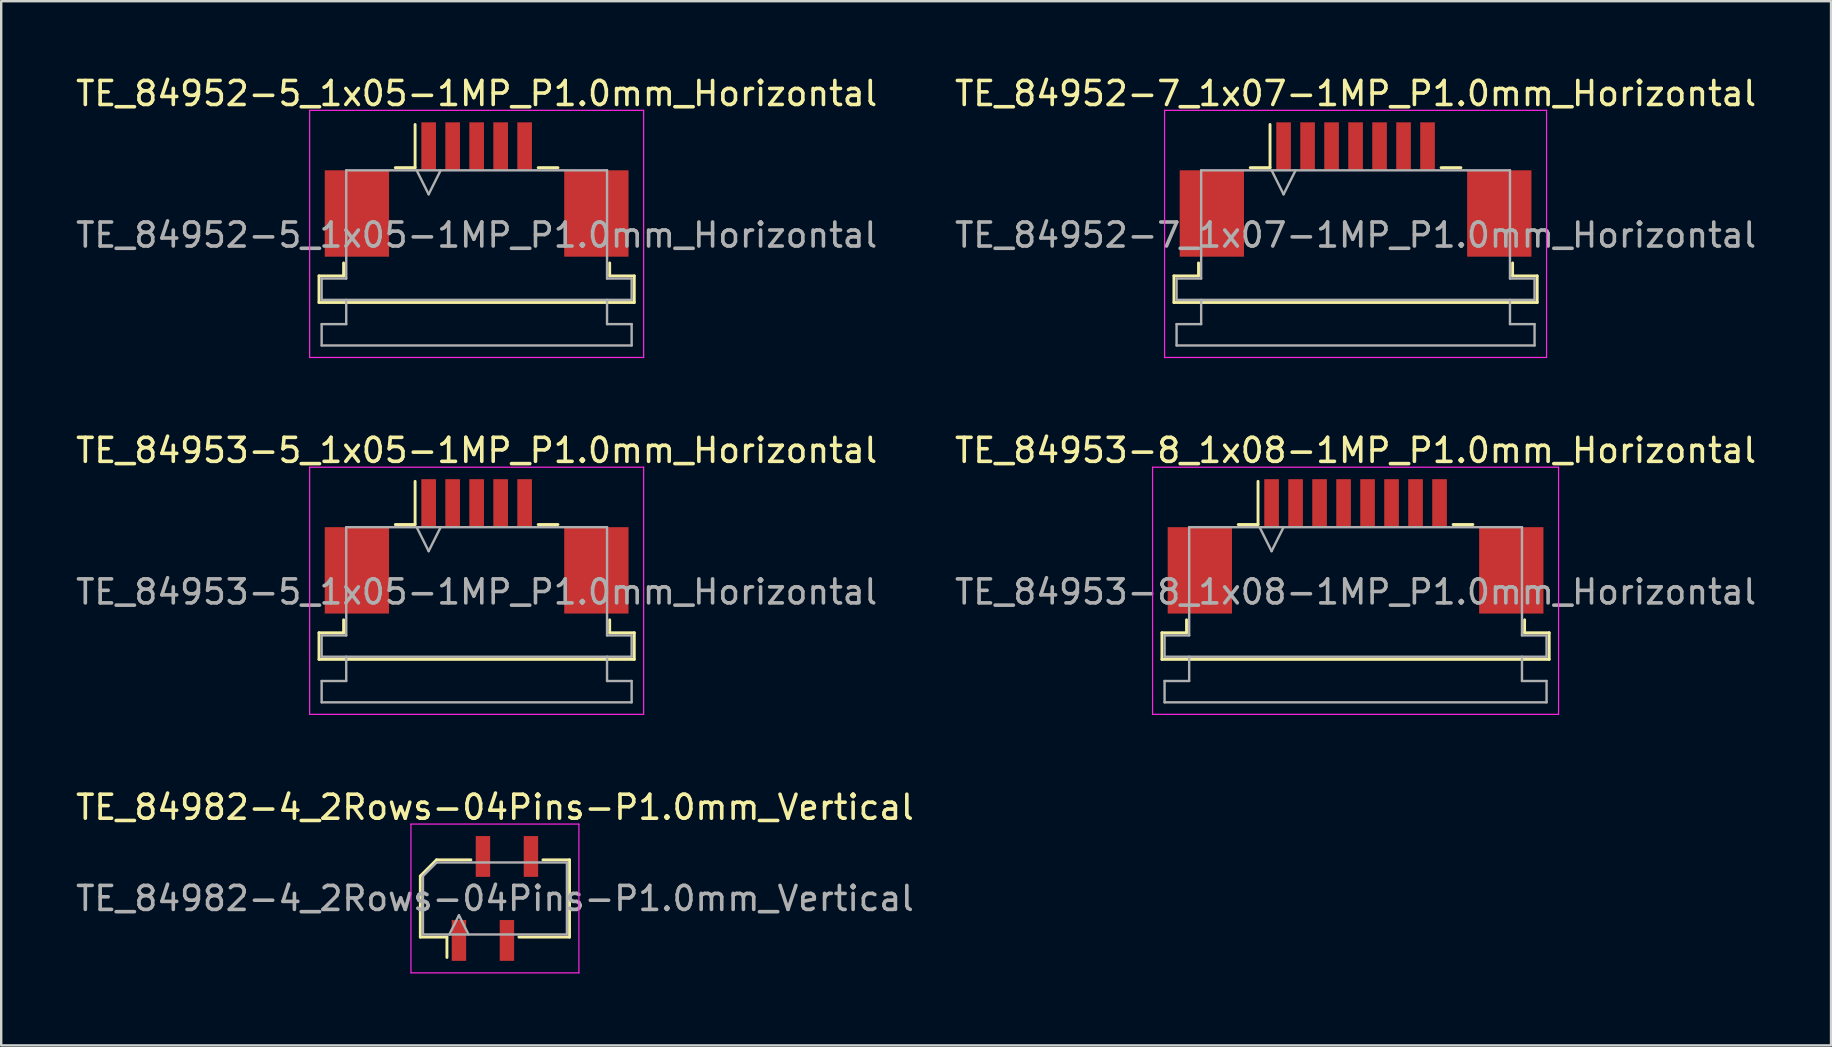
<source format=kicad_pcb>
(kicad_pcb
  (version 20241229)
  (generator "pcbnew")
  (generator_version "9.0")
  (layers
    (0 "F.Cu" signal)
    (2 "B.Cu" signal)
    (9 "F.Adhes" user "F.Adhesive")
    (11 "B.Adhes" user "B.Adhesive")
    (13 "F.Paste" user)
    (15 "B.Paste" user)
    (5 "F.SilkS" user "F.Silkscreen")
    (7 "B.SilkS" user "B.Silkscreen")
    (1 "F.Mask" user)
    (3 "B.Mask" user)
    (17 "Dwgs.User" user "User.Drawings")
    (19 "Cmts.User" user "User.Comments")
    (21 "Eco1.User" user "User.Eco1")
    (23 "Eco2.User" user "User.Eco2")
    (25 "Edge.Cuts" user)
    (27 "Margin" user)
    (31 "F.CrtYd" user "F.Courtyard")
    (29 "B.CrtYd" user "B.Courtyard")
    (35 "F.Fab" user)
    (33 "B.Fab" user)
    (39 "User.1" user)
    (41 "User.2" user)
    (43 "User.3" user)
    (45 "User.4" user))
  (footprint "TE_84953-8_1x08-1MP_P1.0mm_Horizontal"
    (layer "F.Cu")
    (at 53.446 19.721)
    (property "Reference" "TE_84953-8_1x08-1MP_P1.0mm_Horizontal" (at 0 -4 0) (layer "F.SilkS") (effects (font (size 1 1) (thickness 0.15))))
    (attr smd)
    (fp_line (start -8.07 3.6) (end -7.045 3.6) (stroke (width 0.12) (type solid)) (layer "F.SilkS"))
    (fp_line (start -8.07 4.71) (end -8.07 3.6) (stroke (width 0.12) (type solid)) (layer "F.SilkS"))
    (fp_line (start -7.045 3.6) (end -7.045 3.06) (stroke (width 0.12) (type solid)) (layer "F.SilkS"))
    (fp_line (start -4.89 -0.91) (end -4.065 -0.91) (stroke (width 0.12) (type solid)) (layer "F.SilkS"))
    (fp_line (start -4.065 -0.91) (end -4.065 -2.71) (stroke (width 0.12) (type solid)) (layer "F.SilkS"))
    (fp_line (start 4.065 -0.91) (end 4.89 -0.91) (stroke (width 0.12) (type solid)) (layer "F.SilkS"))
    (fp_line (start 7.045 3.06) (end 7.045 3.6) (stroke (width 0.12) (type solid)) (layer "F.SilkS"))
    (fp_line (start 7.045 3.6) (end 8.07 3.6) (stroke (width 0.12) (type solid)) (layer "F.SilkS"))
    (fp_line (start 8.07 3.6) (end 8.07 4.71) (stroke (width 0.12) (type solid)) (layer "F.SilkS"))
    (fp_line (start 8.07 4.71) (end -8.07 4.71) (stroke (width 0.12) (type solid)) (layer "F.SilkS"))
    (fp_line (start -8.46 -3.3) (end -8.46 7) (stroke (width 0.05) (type solid)) (layer "F.CrtYd"))
    (fp_line (start -8.46 7) (end 8.46 7) (stroke (width 0.05) (type solid)) (layer "F.CrtYd"))
    (fp_line (start 8.46 -3.3) (end -8.46 -3.3) (stroke (width 0.05) (type solid)) (layer "F.CrtYd"))
    (fp_line (start 8.46 7) (end 8.46 -3.3) (stroke (width 0.05) (type solid)) (layer "F.CrtYd"))
    (fp_line (start -7.96 3.71) (end -6.935 3.71) (stroke (width 0.1) (type solid)) (layer "F.Fab"))
    (fp_line (start -7.96 4.6) (end -7.96 3.71) (stroke (width 0.1) (type solid)) (layer "F.Fab"))
    (fp_line (start -7.96 5.61) (end -6.935 5.61) (stroke (width 0.1) (type solid)) (layer "F.Fab"))
    (fp_line (start -7.96 6.5) (end -7.96 5.61) (stroke (width 0.1) (type solid)) (layer "F.Fab"))
    (fp_line (start -6.935 -0.8) (end 6.935 -0.8) (stroke (width 0.1) (type solid)) (layer "F.Fab"))
    (fp_line (start -6.935 3.71) (end -6.935 -0.8) (stroke (width 0.1) (type solid)) (layer "F.Fab"))
    (fp_line (start -6.935 5.61) (end -6.935 4.6) (stroke (width 0.1) (type solid)) (layer "F.Fab"))
    (fp_line (start -4 -0.8) (end -3.5 0.2) (stroke (width 0.1) (type solid)) (layer "F.Fab"))
    (fp_line (start -3.5 0.2) (end -3 -0.8) (stroke (width 0.1) (type solid)) (layer "F.Fab"))
    (fp_line (start 6.935 -0.8) (end 6.935 3.71) (stroke (width 0.1) (type solid)) (layer "F.Fab"))
    (fp_line (start 6.935 3.71) (end 7.96 3.71) (stroke (width 0.1) (type solid)) (layer "F.Fab"))
    (fp_line (start 6.935 4.6) (end 6.935 5.61) (stroke (width 0.1) (type solid)) (layer "F.Fab"))
    (fp_line (start 6.935 5.61) (end 7.96 5.61) (stroke (width 0.1) (type solid)) (layer "F.Fab"))
    (fp_line (start 7.96 3.71) (end 7.96 4.6) (stroke (width 0.1) (type solid)) (layer "F.Fab"))
    (fp_line (start 7.96 4.6) (end -7.96 4.6) (stroke (width 0.1) (type solid)) (layer "F.Fab"))
    (fp_line (start 7.96 5.61) (end 7.96 6.5) (stroke (width 0.1) (type solid)) (layer "F.Fab"))
    (fp_line (start 7.96 6.5) (end -7.96 6.5) (stroke (width 0.1) (type solid)) (layer "F.Fab"))
    (fp_text user "${REFERENCE}" (at 0 1.9 0) (layer "F.Fab") (effects (font (size 1 1) (thickness 0.15))))
    (pad "1" smd rect (at -3.5 -1.8) (size 0.61 2) (layers "F.Cu" "F.Mask" "F.Paste"))
    (pad "2" smd rect (at -2.5 -1.8) (size 0.61 2) (layers "F.Cu" "F.Mask" "F.Paste"))
    (pad "3" smd rect (at -1.5 -1.8) (size 0.61 2) (layers "F.Cu" "F.Mask" "F.Paste"))
    (pad "4" smd rect (at -0.5 -1.8) (size 0.61 2) (layers "F.Cu" "F.Mask" "F.Paste"))
    (pad "5" smd rect (at 0.5 -1.8) (size 0.61 2) (layers "F.Cu" "F.Mask" "F.Paste"))
    (pad "6" smd rect (at 1.5 -1.8) (size 0.61 2) (layers "F.Cu" "F.Mask" "F.Paste"))
    (pad "7" smd rect (at 2.5 -1.8) (size 0.61 2) (layers "F.Cu" "F.Mask" "F.Paste"))
    (pad "8" smd rect (at 3.5 -1.8) (size 0.61 2) (layers "F.Cu" "F.Mask" "F.Paste"))
    (pad "MP" smd rect (at -6.49 1) (size 2.68 3.6) (layers "F.Cu" "F.Mask" "F.Paste"))
    (pad "MP" smd rect (at 6.49 1) (size 2.68 3.6) (layers "F.Cu" "F.Mask" "F.Paste")))
  (footprint "TE_84982-4_2Rows-04Pins-P1.0mm_Vertical"
    (layer "F.Cu")
    (at 17.577 34.395)
    (property "Reference" "TE_84982-4_2Rows-04Pins-P1.0mm_Vertical" (at 0 -3.8 0) (layer "F.SilkS") (effects (font (size 1 1) (thickness 0.15))))
    (attr smd)
    (fp_line (start -3.11 -0.934) (end -3.11 1.61) (stroke (width 0.12) (type solid)) (layer "F.SilkS"))
    (fp_line (start -3.11 1.61) (end -2 1.61) (stroke (width 0.12) (type solid)) (layer "F.SilkS"))
    (fp_line (start -2.434 -1.61) (end -3.11 -0.934) (stroke (width 0.12) (type solid)) (layer "F.SilkS"))
    (fp_line (start -2 1.61) (end -2 2.46) (stroke (width 0.12) (type solid)) (layer "F.SilkS"))
    (fp_line (start -1 -1.61) (end -2.434 -1.61) (stroke (width 0.12) (type solid)) (layer "F.SilkS"))
    (fp_line (start 1 1.61) (end 3.11 1.61) (stroke (width 0.12) (type solid)) (layer "F.SilkS"))
    (fp_line (start 3.11 -1.61) (end 2 -1.61) (stroke (width 0.12) (type solid)) (layer "F.SilkS"))
    (fp_line (start 3.11 1.61) (end 3.11 -1.61) (stroke (width 0.12) (type solid)) (layer "F.SilkS"))
    (fp_line (start -3.5 -3.1) (end 3.5 -3.1) (stroke (width 0.05) (type solid)) (layer "F.CrtYd"))
    (fp_line (start -3.5 3.1) (end -3.5 -3.1) (stroke (width 0.05) (type solid)) (layer "F.CrtYd"))
    (fp_line (start 3.5 -3.1) (end 3.5 3.1) (stroke (width 0.05) (type solid)) (layer "F.CrtYd"))
    (fp_line (start 3.5 3.1) (end -3.5 3.1) (stroke (width 0.05) (type solid)) (layer "F.CrtYd"))
    (fp_line (start -3 -0.934) (end -3 1.5) (stroke (width 0.1) (type solid)) (layer "F.Fab"))
    (fp_line (start -3 1.5) (end 3 1.5) (stroke (width 0.1) (type solid)) (layer "F.Fab"))
    (fp_line (start -2.434 -1.5) (end -3 -0.934) (stroke (width 0.1) (type solid)) (layer "F.Fab"))
    (fp_line (start -1.9 1.5) (end -1.5 0.7) (stroke (width 0.1) (type solid)) (layer "F.Fab"))
    (fp_line (start -1.5 0.7) (end -1.1 1.5) (stroke (width 0.1) (type solid)) (layer "F.Fab"))
    (fp_line (start 3 -1.5) (end -2.434 -1.5) (stroke (width 0.1) (type solid)) (layer "F.Fab"))
    (fp_line (start 3 1.5) (end 3 -1.5) (stroke (width 0.1) (type solid)) (layer "F.Fab"))
    (fp_text user "${REFERENCE}" (at 0 0 0) (layer "F.Fab") (effects (font (size 1 1) (thickness 0.15))))
    (pad "1" smd rect (at -1.5 1.75) (size 0.6 1.7) (layers "F.Cu" "F.Mask" "F.Paste"))
    (pad "2" smd rect (at -0.5 -1.75) (size 0.6 1.7) (layers "F.Cu" "F.Mask" "F.Paste"))
    (pad "3" smd rect (at 0.5 1.75) (size 0.6 1.7) (layers "F.Cu" "F.Mask" "F.Paste"))
    (pad "4" smd rect (at 1.5 -1.75) (size 0.6 1.7) (layers "F.Cu" "F.Mask" "F.Paste")))
  (footprint "TE_84952-7_1x07-1MP_P1.0mm_Horizontal"
    (layer "F.Cu")
    (at 53.446 4.848)
    (property "Reference" "TE_84952-7_1x07-1MP_P1.0mm_Horizontal" (at 0 -4 0) (layer "F.SilkS") (effects (font (size 1 1) (thickness 0.15))))
    (attr smd)
    (fp_line (start -7.57 3.6) (end -6.545 3.6) (stroke (width 0.12) (type solid)) (layer "F.SilkS"))
    (fp_line (start -7.57 4.71) (end -7.57 3.6) (stroke (width 0.12) (type solid)) (layer "F.SilkS"))
    (fp_line (start -6.545 3.6) (end -6.545 3.06) (stroke (width 0.12) (type solid)) (layer "F.SilkS"))
    (fp_line (start -4.39 -0.91) (end -3.565 -0.91) (stroke (width 0.12) (type solid)) (layer "F.SilkS"))
    (fp_line (start -3.565 -0.91) (end -3.565 -2.71) (stroke (width 0.12) (type solid)) (layer "F.SilkS"))
    (fp_line (start 3.565 -0.91) (end 4.39 -0.91) (stroke (width 0.12) (type solid)) (layer "F.SilkS"))
    (fp_line (start 6.545 3.06) (end 6.545 3.6) (stroke (width 0.12) (type solid)) (layer "F.SilkS"))
    (fp_line (start 6.545 3.6) (end 7.57 3.6) (stroke (width 0.12) (type solid)) (layer "F.SilkS"))
    (fp_line (start 7.57 3.6) (end 7.57 4.71) (stroke (width 0.12) (type solid)) (layer "F.SilkS"))
    (fp_line (start 7.57 4.71) (end -7.57 4.71) (stroke (width 0.12) (type solid)) (layer "F.SilkS"))
    (fp_line (start -7.96 -3.3) (end -7.96 7) (stroke (width 0.05) (type solid)) (layer "F.CrtYd"))
    (fp_line (start -7.96 7) (end 7.96 7) (stroke (width 0.05) (type solid)) (layer "F.CrtYd"))
    (fp_line (start 7.96 -3.3) (end -7.96 -3.3) (stroke (width 0.05) (type solid)) (layer "F.CrtYd"))
    (fp_line (start 7.96 7) (end 7.96 -3.3) (stroke (width 0.05) (type solid)) (layer "F.CrtYd"))
    (fp_line (start -7.46 3.71) (end -6.435 3.71) (stroke (width 0.1) (type solid)) (layer "F.Fab"))
    (fp_line (start -7.46 4.6) (end -7.46 3.71) (stroke (width 0.1) (type solid)) (layer "F.Fab"))
    (fp_line (start -7.46 5.61) (end -6.435 5.61) (stroke (width 0.1) (type solid)) (layer "F.Fab"))
    (fp_line (start -7.46 6.5) (end -7.46 5.61) (stroke (width 0.1) (type solid)) (layer "F.Fab"))
    (fp_line (start -6.435 -0.8) (end 6.435 -0.8) (stroke (width 0.1) (type solid)) (layer "F.Fab"))
    (fp_line (start -6.435 3.71) (end -6.435 -0.8) (stroke (width 0.1) (type solid)) (layer "F.Fab"))
    (fp_line (start -6.435 5.61) (end -6.435 4.6) (stroke (width 0.1) (type solid)) (layer "F.Fab"))
    (fp_line (start -3.5 -0.8) (end -3 0.2) (stroke (width 0.1) (type solid)) (layer "F.Fab"))
    (fp_line (start -3 0.2) (end -2.5 -0.8) (stroke (width 0.1) (type solid)) (layer "F.Fab"))
    (fp_line (start 6.435 -0.8) (end 6.435 3.71) (stroke (width 0.1) (type solid)) (layer "F.Fab"))
    (fp_line (start 6.435 3.71) (end 7.46 3.71) (stroke (width 0.1) (type solid)) (layer "F.Fab"))
    (fp_line (start 6.435 4.6) (end 6.435 5.61) (stroke (width 0.1) (type solid)) (layer "F.Fab"))
    (fp_line (start 6.435 5.61) (end 7.46 5.61) (stroke (width 0.1) (type solid)) (layer "F.Fab"))
    (fp_line (start 7.46 3.71) (end 7.46 4.6) (stroke (width 0.1) (type solid)) (layer "F.Fab"))
    (fp_line (start 7.46 4.6) (end -7.46 4.6) (stroke (width 0.1) (type solid)) (layer "F.Fab"))
    (fp_line (start 7.46 5.61) (end 7.46 6.5) (stroke (width 0.1) (type solid)) (layer "F.Fab"))
    (fp_line (start 7.46 6.5) (end -7.46 6.5) (stroke (width 0.1) (type solid)) (layer "F.Fab"))
    (fp_text user "${REFERENCE}" (at 0 1.9 0) (layer "F.Fab") (effects (font (size 1 1) (thickness 0.15))))
    (pad "1" smd rect (at -3 -1.8) (size 0.61 2) (layers "F.Cu" "F.Mask" "F.Paste"))
    (pad "2" smd rect (at -2 -1.8) (size 0.61 2) (layers "F.Cu" "F.Mask" "F.Paste"))
    (pad "3" smd rect (at -1 -1.8) (size 0.61 2) (layers "F.Cu" "F.Mask" "F.Paste"))
    (pad "4" smd rect (at 0 -1.8) (size 0.61 2) (layers "F.Cu" "F.Mask" "F.Paste"))
    (pad "5" smd rect (at 1 -1.8) (size 0.61 2) (layers "F.Cu" "F.Mask" "F.Paste"))
    (pad "6" smd rect (at 2 -1.8) (size 0.61 2) (layers "F.Cu" "F.Mask" "F.Paste"))
    (pad "7" smd rect (at 3 -1.8) (size 0.61 2) (layers "F.Cu" "F.Mask" "F.Paste"))
    (pad "MP" smd rect (at -5.99 1) (size 2.68 3.6) (layers "F.Cu" "F.Mask" "F.Paste"))
    (pad "MP" smd rect (at 5.99 1) (size 2.68 3.6) (layers "F.Cu" "F.Mask" "F.Paste")))
  (footprint "TE_84953-5_1x05-1MP_P1.0mm_Horizontal"
    (layer "F.Cu")
    (at 16.815 19.721)
    (property "Reference" "TE_84953-5_1x05-1MP_P1.0mm_Horizontal" (at 0 -4 0) (layer "F.SilkS") (effects (font (size 1 1) (thickness 0.15))))
    (attr smd)
    (fp_line (start -6.57 3.6) (end -5.545 3.6) (stroke (width 0.12) (type solid)) (layer "F.SilkS"))
    (fp_line (start -6.57 4.71) (end -6.57 3.6) (stroke (width 0.12) (type solid)) (layer "F.SilkS"))
    (fp_line (start -5.545 3.6) (end -5.545 3.06) (stroke (width 0.12) (type solid)) (layer "F.SilkS"))
    (fp_line (start -3.39 -0.91) (end -2.565 -0.91) (stroke (width 0.12) (type solid)) (layer "F.SilkS"))
    (fp_line (start -2.565 -0.91) (end -2.565 -2.71) (stroke (width 0.12) (type solid)) (layer "F.SilkS"))
    (fp_line (start 2.565 -0.91) (end 3.39 -0.91) (stroke (width 0.12) (type solid)) (layer "F.SilkS"))
    (fp_line (start 5.545 3.06) (end 5.545 3.6) (stroke (width 0.12) (type solid)) (layer "F.SilkS"))
    (fp_line (start 5.545 3.6) (end 6.57 3.6) (stroke (width 0.12) (type solid)) (layer "F.SilkS"))
    (fp_line (start 6.57 3.6) (end 6.57 4.71) (stroke (width 0.12) (type solid)) (layer "F.SilkS"))
    (fp_line (start 6.57 4.71) (end -6.57 4.71) (stroke (width 0.12) (type solid)) (layer "F.SilkS"))
    (fp_line (start -6.96 -3.3) (end -6.96 7) (stroke (width 0.05) (type solid)) (layer "F.CrtYd"))
    (fp_line (start -6.96 7) (end 6.96 7) (stroke (width 0.05) (type solid)) (layer "F.CrtYd"))
    (fp_line (start 6.96 -3.3) (end -6.96 -3.3) (stroke (width 0.05) (type solid)) (layer "F.CrtYd"))
    (fp_line (start 6.96 7) (end 6.96 -3.3) (stroke (width 0.05) (type solid)) (layer "F.CrtYd"))
    (fp_line (start -6.46 3.71) (end -5.435 3.71) (stroke (width 0.1) (type solid)) (layer "F.Fab"))
    (fp_line (start -6.46 4.6) (end -6.46 3.71) (stroke (width 0.1) (type solid)) (layer "F.Fab"))
    (fp_line (start -6.46 5.61) (end -5.435 5.61) (stroke (width 0.1) (type solid)) (layer "F.Fab"))
    (fp_line (start -6.46 6.5) (end -6.46 5.61) (stroke (width 0.1) (type solid)) (layer "F.Fab"))
    (fp_line (start -5.435 -0.8) (end 5.435 -0.8) (stroke (width 0.1) (type solid)) (layer "F.Fab"))
    (fp_line (start -5.435 3.71) (end -5.435 -0.8) (stroke (width 0.1) (type solid)) (layer "F.Fab"))
    (fp_line (start -5.435 5.61) (end -5.435 4.6) (stroke (width 0.1) (type solid)) (layer "F.Fab"))
    (fp_line (start -2.5 -0.8) (end -2 0.2) (stroke (width 0.1) (type solid)) (layer "F.Fab"))
    (fp_line (start -2 0.2) (end -1.5 -0.8) (stroke (width 0.1) (type solid)) (layer "F.Fab"))
    (fp_line (start 5.435 -0.8) (end 5.435 3.71) (stroke (width 0.1) (type solid)) (layer "F.Fab"))
    (fp_line (start 5.435 3.71) (end 6.46 3.71) (stroke (width 0.1) (type solid)) (layer "F.Fab"))
    (fp_line (start 5.435 4.6) (end 5.435 5.61) (stroke (width 0.1) (type solid)) (layer "F.Fab"))
    (fp_line (start 5.435 5.61) (end 6.46 5.61) (stroke (width 0.1) (type solid)) (layer "F.Fab"))
    (fp_line (start 6.46 3.71) (end 6.46 4.6) (stroke (width 0.1) (type solid)) (layer "F.Fab"))
    (fp_line (start 6.46 4.6) (end -6.46 4.6) (stroke (width 0.1) (type solid)) (layer "F.Fab"))
    (fp_line (start 6.46 5.61) (end 6.46 6.5) (stroke (width 0.1) (type solid)) (layer "F.Fab"))
    (fp_line (start 6.46 6.5) (end -6.46 6.5) (stroke (width 0.1) (type solid)) (layer "F.Fab"))
    (fp_text user "${REFERENCE}" (at 0 1.9 0) (layer "F.Fab") (effects (font (size 1 1) (thickness 0.15))))
    (pad "1" smd rect (at -2 -1.8) (size 0.61 2) (layers "F.Cu" "F.Mask" "F.Paste"))
    (pad "2" smd rect (at -1 -1.8) (size 0.61 2) (layers "F.Cu" "F.Mask" "F.Paste"))
    (pad "3" smd rect (at 0 -1.8) (size 0.61 2) (layers "F.Cu" "F.Mask" "F.Paste"))
    (pad "4" smd rect (at 1 -1.8) (size 0.61 2) (layers "F.Cu" "F.Mask" "F.Paste"))
    (pad "5" smd rect (at 2 -1.8) (size 0.61 2) (layers "F.Cu" "F.Mask" "F.Paste"))
    (pad "MP" smd rect (at -4.99 1) (size 2.68 3.6) (layers "F.Cu" "F.Mask" "F.Paste"))
    (pad "MP" smd rect (at 4.99 1) (size 2.68 3.6) (layers "F.Cu" "F.Mask" "F.Paste")))
  (footprint "TE_84952-5_1x05-1MP_P1.0mm_Horizontal"
    (layer "F.Cu")
    (at 16.815 4.848)
    (property "Reference" "TE_84952-5_1x05-1MP_P1.0mm_Horizontal" (at 0 -4 0) (layer "F.SilkS") (effects (font (size 1 1) (thickness 0.15))))
    (attr smd)
    (fp_line (start -6.57 3.6) (end -5.545 3.6) (stroke (width 0.12) (type solid)) (layer "F.SilkS"))
    (fp_line (start -6.57 4.71) (end -6.57 3.6) (stroke (width 0.12) (type solid)) (layer "F.SilkS"))
    (fp_line (start -5.545 3.6) (end -5.545 3.06) (stroke (width 0.12) (type solid)) (layer "F.SilkS"))
    (fp_line (start -3.39 -0.91) (end -2.565 -0.91) (stroke (width 0.12) (type solid)) (layer "F.SilkS"))
    (fp_line (start -2.565 -0.91) (end -2.565 -2.71) (stroke (width 0.12) (type solid)) (layer "F.SilkS"))
    (fp_line (start 2.565 -0.91) (end 3.39 -0.91) (stroke (width 0.12) (type solid)) (layer "F.SilkS"))
    (fp_line (start 5.545 3.06) (end 5.545 3.6) (stroke (width 0.12) (type solid)) (layer "F.SilkS"))
    (fp_line (start 5.545 3.6) (end 6.57 3.6) (stroke (width 0.12) (type solid)) (layer "F.SilkS"))
    (fp_line (start 6.57 3.6) (end 6.57 4.71) (stroke (width 0.12) (type solid)) (layer "F.SilkS"))
    (fp_line (start 6.57 4.71) (end -6.57 4.71) (stroke (width 0.12) (type solid)) (layer "F.SilkS"))
    (fp_line (start -6.96 -3.3) (end -6.96 7) (stroke (width 0.05) (type solid)) (layer "F.CrtYd"))
    (fp_line (start -6.96 7) (end 6.96 7) (stroke (width 0.05) (type solid)) (layer "F.CrtYd"))
    (fp_line (start 6.96 -3.3) (end -6.96 -3.3) (stroke (width 0.05) (type solid)) (layer "F.CrtYd"))
    (fp_line (start 6.96 7) (end 6.96 -3.3) (stroke (width 0.05) (type solid)) (layer "F.CrtYd"))
    (fp_line (start -6.46 3.71) (end -5.435 3.71) (stroke (width 0.1) (type solid)) (layer "F.Fab"))
    (fp_line (start -6.46 4.6) (end -6.46 3.71) (stroke (width 0.1) (type solid)) (layer "F.Fab"))
    (fp_line (start -6.46 5.61) (end -5.435 5.61) (stroke (width 0.1) (type solid)) (layer "F.Fab"))
    (fp_line (start -6.46 6.5) (end -6.46 5.61) (stroke (width 0.1) (type solid)) (layer "F.Fab"))
    (fp_line (start -5.435 -0.8) (end 5.435 -0.8) (stroke (width 0.1) (type solid)) (layer "F.Fab"))
    (fp_line (start -5.435 3.71) (end -5.435 -0.8) (stroke (width 0.1) (type solid)) (layer "F.Fab"))
    (fp_line (start -5.435 5.61) (end -5.435 4.6) (stroke (width 0.1) (type solid)) (layer "F.Fab"))
    (fp_line (start -2.5 -0.8) (end -2 0.2) (stroke (width 0.1) (type solid)) (layer "F.Fab"))
    (fp_line (start -2 0.2) (end -1.5 -0.8) (stroke (width 0.1) (type solid)) (layer "F.Fab"))
    (fp_line (start 5.435 -0.8) (end 5.435 3.71) (stroke (width 0.1) (type solid)) (layer "F.Fab"))
    (fp_line (start 5.435 3.71) (end 6.46 3.71) (stroke (width 0.1) (type solid)) (layer "F.Fab"))
    (fp_line (start 5.435 4.6) (end 5.435 5.61) (stroke (width 0.1) (type solid)) (layer "F.Fab"))
    (fp_line (start 5.435 5.61) (end 6.46 5.61) (stroke (width 0.1) (type solid)) (layer "F.Fab"))
    (fp_line (start 6.46 3.71) (end 6.46 4.6) (stroke (width 0.1) (type solid)) (layer "F.Fab"))
    (fp_line (start 6.46 4.6) (end -6.46 4.6) (stroke (width 0.1) (type solid)) (layer "F.Fab"))
    (fp_line (start 6.46 5.61) (end 6.46 6.5) (stroke (width 0.1) (type solid)) (layer "F.Fab"))
    (fp_line (start 6.46 6.5) (end -6.46 6.5) (stroke (width 0.1) (type solid)) (layer "F.Fab"))
    (fp_text user "${REFERENCE}" (at 0 1.9 0) (layer "F.Fab") (effects (font (size 1 1) (thickness 0.15))))
    (pad "1" smd rect (at -2 -1.8) (size 0.61 2) (layers "F.Cu" "F.Mask" "F.Paste"))
    (pad "2" smd rect (at -1 -1.8) (size 0.61 2) (layers "F.Cu" "F.Mask" "F.Paste"))
    (pad "3" smd rect (at 0 -1.8) (size 0.61 2) (layers "F.Cu" "F.Mask" "F.Paste"))
    (pad "4" smd rect (at 1 -1.8) (size 0.61 2) (layers "F.Cu" "F.Mask" "F.Paste"))
    (pad "5" smd rect (at 2 -1.8) (size 0.61 2) (layers "F.Cu" "F.Mask" "F.Paste"))
    (pad "MP" smd rect (at -4.99 1) (size 2.68 3.6) (layers "F.Cu" "F.Mask" "F.Paste"))
    (pad "MP" smd rect (at 4.99 1) (size 2.68 3.6) (layers "F.Cu" "F.Mask" "F.Paste")))
  (gr_rect
    (start -3 -3)
    (end 73.262 40.52)
    (stroke (width 0.1) (type default))
    (fill no)
    (layer "Edge.Cuts")))
</source>
